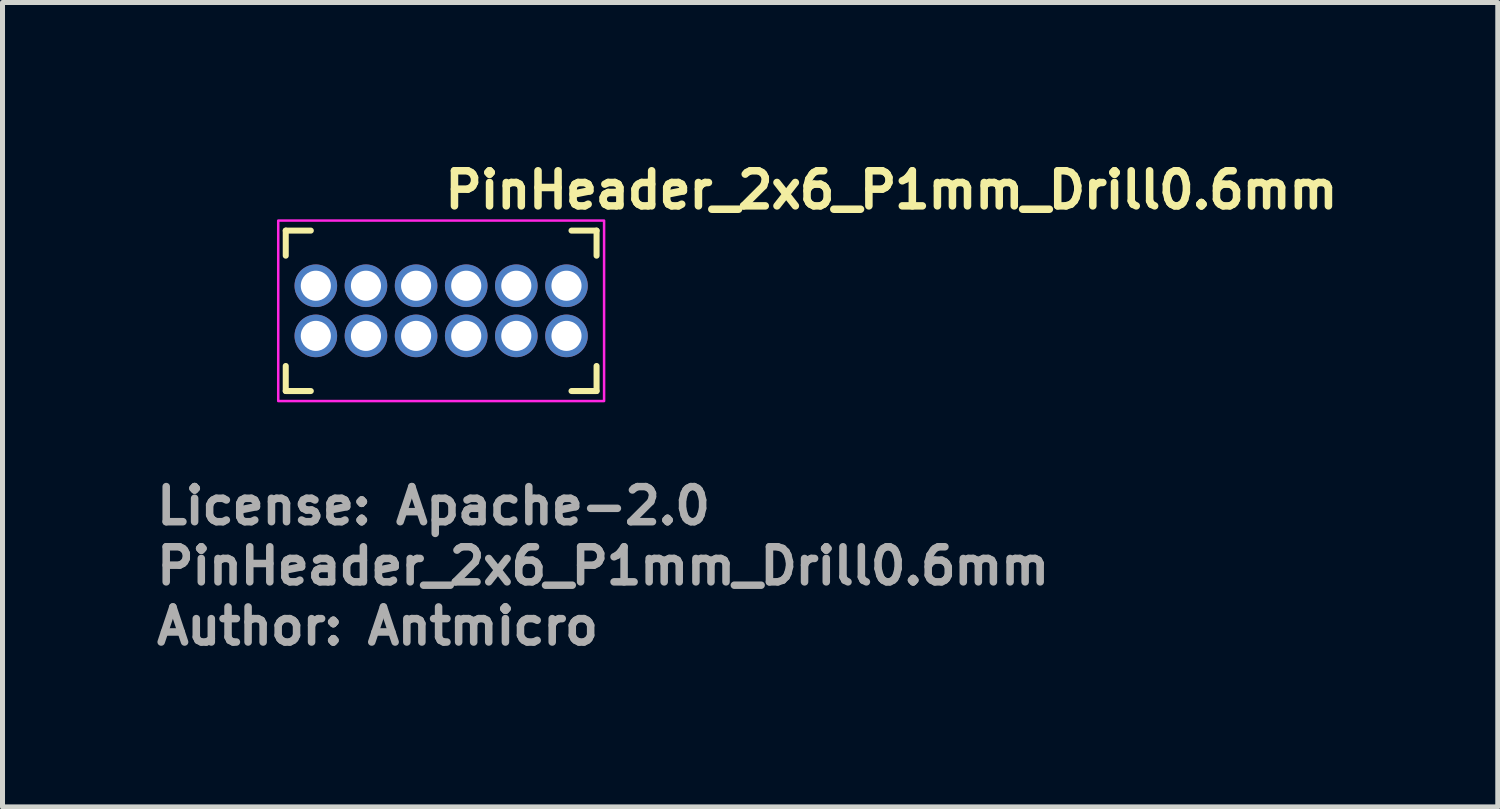
<source format=kicad_pcb>
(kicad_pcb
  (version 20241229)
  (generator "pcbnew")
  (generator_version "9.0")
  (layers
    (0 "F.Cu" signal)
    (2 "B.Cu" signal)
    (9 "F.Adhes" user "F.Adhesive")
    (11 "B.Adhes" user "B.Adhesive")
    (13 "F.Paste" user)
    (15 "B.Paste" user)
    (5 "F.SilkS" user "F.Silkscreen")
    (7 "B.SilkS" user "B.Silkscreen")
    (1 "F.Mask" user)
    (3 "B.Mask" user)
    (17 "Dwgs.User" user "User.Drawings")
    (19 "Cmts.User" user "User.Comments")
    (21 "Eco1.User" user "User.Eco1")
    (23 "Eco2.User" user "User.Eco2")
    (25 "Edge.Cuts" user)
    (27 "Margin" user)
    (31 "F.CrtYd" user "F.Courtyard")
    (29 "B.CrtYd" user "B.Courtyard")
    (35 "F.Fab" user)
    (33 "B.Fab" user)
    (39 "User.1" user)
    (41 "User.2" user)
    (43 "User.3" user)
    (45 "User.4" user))
  (footprint "PinHeader_2x6_P1mm_Drill0.6mm"
    (layer "F.Cu")
    (at 3.25 3.65)
    (property "Reference" "PinHeader_2x6_P1mm_Drill0.6mm" (at 2.5 -2.5 0) (unlocked yes) (layer "F.SilkS") (effects (font (size 0.7 0.7) (thickness 0.15)) (justify left bottom)))
    (attr through_hole)
    (fp_line (start -0.6 -2.1) (end -0.6 -1.6) (stroke (width 0.12) (type solid)) (layer "F.SilkS"))
    (fp_line (start -0.6 0.6) (end -0.6 1.1) (stroke (width 0.12) (type solid)) (layer "F.SilkS"))
    (fp_line (start -0.6 1.1) (end -0.1 1.1) (stroke (width 0.12) (type solid)) (layer "F.SilkS"))
    (fp_line (start -0.1 -2.1) (end -0.6 -2.1) (stroke (width 0.12) (type solid)) (layer "F.SilkS"))
    (fp_line (start 5.1 1.1) (end 5.6 1.1) (stroke (width 0.12) (type solid)) (layer "F.SilkS"))
    (fp_line (start 5.6 -2.1) (end 5.1 -2.1) (stroke (width 0.12) (type solid)) (layer "F.SilkS"))
    (fp_line (start 5.6 -1.6) (end 5.6 -2.1) (stroke (width 0.12) (type solid)) (layer "F.SilkS"))
    (fp_line (start 5.6 1.1) (end 5.6 0.6) (stroke (width 0.12) (type solid)) (layer "F.SilkS"))
    (fp_rect (start -0.75 -2.3) (end 5.75 1.3) (stroke (width 0.05) (type solid)) (fill no) (layer "F.CrtYd"))
    (fp_rect (start -0.5 -2.05) (end 5.5 1.05) (stroke (width 0.1) (type solid)) (fill no) (layer "User.5"))
    (fp_line (start -0.5 0.75) (end -0.5 -1.75) (stroke (width 0.02) (type solid)) (layer "User.9"))
    (fp_line (start -0.5 0.75) (end -0.35 1.05) (stroke (width 0.02) (type solid)) (layer "User.9"))
    (fp_line (start -0.35 -2.05) (end -0.5 -1.75) (stroke (width 0.02) (type solid)) (layer "User.9"))
    (fp_line (start -0.35 -2.05) (end 0.35 -2.05) (stroke (width 0.02) (type solid)) (layer "User.9"))
    (fp_line (start -0.25 -1.25) (end -0.15 -1.15) (stroke (width 0.02) (type solid)) (layer "User.9"))
    (fp_line (start -0.25 -1.25) (end 0.25 -1.25) (stroke (width 0.02) (type solid)) (layer "User.9"))
    (fp_line (start -0.25 -0.75) (end -0.25 -1.25) (stroke (width 0.02) (type solid)) (layer "User.9"))
    (fp_line (start -0.25 -0.25) (end 0.25 -0.25) (stroke (width 0.02) (type solid)) (layer "User.9"))
    (fp_line (start -0.25 0.25) (end -0.25 -0.25) (stroke (width 0.02) (type solid)) (layer "User.9"))
    (fp_line (start -0.25 0.25) (end -0.15 0.15) (stroke (width 0.02) (type solid)) (layer "User.9"))
    (fp_line (start -0.15 -1.15) (end 0.15 -1.15) (stroke (width 0.02) (type solid)) (layer "User.9"))
    (fp_line (start -0.15 -0.849) (end -0.25 -0.75) (stroke (width 0.02) (type solid)) (layer "User.9"))
    (fp_line (start -0.15 -0.849) (end -0.15 -1.15) (stroke (width 0.02) (type solid)) (layer "User.9"))
    (fp_line (start -0.15 -0.151) (end -0.25 -0.25) (stroke (width 0.02) (type solid)) (layer "User.9"))
    (fp_line (start -0.15 -0.151) (end -0.1 -0.1) (stroke (width 0.02) (type solid)) (layer "User.9"))
    (fp_line (start -0.15 -0.151) (end 0.15 -0.151) (stroke (width 0.02) (type solid)) (layer "User.9"))
    (fp_line (start -0.15 0.15) (end -0.15 -0.151) (stroke (width 0.02) (type solid)) (layer "User.9"))
    (fp_line (start -0.15 0.15) (end -0.1 0.1) (stroke (width 0.02) (type solid)) (layer "User.9"))
    (fp_line (start -0.1 -1.1) (end -0.15 -1.15) (stroke (width 0.02) (type solid)) (layer "User.9"))
    (fp_line (start -0.1 -0.9) (end -0.15 -0.849) (stroke (width 0.02) (type solid)) (layer "User.9"))
    (fp_line (start -0.1 -0.9) (end -0.1 -1.1) (stroke (width 0.02) (type solid)) (layer "User.9"))
    (fp_line (start -0.1 -0.1) (end -0.1 0.1) (stroke (width 0.02) (type solid)) (layer "User.9"))
    (fp_line (start -0.1 -0.1) (end 0.1 -0.1) (stroke (width 0.02) (type solid)) (layer "User.9"))
    (fp_line (start -0.1 0.1) (end 0.1 0.1) (stroke (width 0.02) (type solid)) (layer "User.9"))
    (fp_line (start 0.1 -1.1) (end -0.1 -1.1) (stroke (width 0.02) (type solid)) (layer "User.9"))
    (fp_line (start 0.1 -0.9) (end -0.1 -0.9) (stroke (width 0.02) (type solid)) (layer "User.9"))
    (fp_line (start 0.1 -0.9) (end 0.1 -1.1) (stroke (width 0.02) (type solid)) (layer "User.9"))
    (fp_line (start 0.1 -0.1) (end 0.1 0.1) (stroke (width 0.02) (type solid)) (layer "User.9"))
    (fp_line (start 0.1 -0.1) (end 0.15 -0.151) (stroke (width 0.02) (type solid)) (layer "User.9"))
    (fp_line (start 0.1 0.1) (end 0.15 0.15) (stroke (width 0.02) (type solid)) (layer "User.9"))
    (fp_line (start 0.15 -1.15) (end 0.1 -1.1) (stroke (width 0.02) (type solid)) (layer "User.9"))
    (fp_line (start 0.15 -1.15) (end 0.15 -0.849) (stroke (width 0.02) (type solid)) (layer "User.9"))
    (fp_line (start 0.15 -0.849) (end -0.15 -0.849) (stroke (width 0.02) (type solid)) (layer "User.9"))
    (fp_line (start 0.15 -0.849) (end 0.1 -0.9) (stroke (width 0.02) (type solid)) (layer "User.9"))
    (fp_line (start 0.15 -0.151) (end 0.15 0.15) (stroke (width 0.02) (type solid)) (layer "User.9"))
    (fp_line (start 0.15 0.15) (end -0.15 0.15) (stroke (width 0.02) (type solid)) (layer "User.9"))
    (fp_line (start 0.25 -1.25) (end 0.15 -1.15) (stroke (width 0.02) (type solid)) (layer "User.9"))
    (fp_line (start 0.25 -1.25) (end 0.25 -0.75) (stroke (width 0.02) (type solid)) (layer "User.9"))
    (fp_line (start 0.25 -0.75) (end -0.25 -0.75) (stroke (width 0.02) (type solid)) (layer "User.9"))
    (fp_line (start 0.25 -0.75) (end 0.15 -0.849) (stroke (width 0.02) (type solid)) (layer "User.9"))
    (fp_line (start 0.25 -0.25) (end 0.15 -0.151) (stroke (width 0.02) (type solid)) (layer "User.9"))
    (fp_line (start 0.25 -0.25) (end 0.25 0.25) (stroke (width 0.02) (type solid)) (layer "User.9"))
    (fp_line (start 0.25 0.25) (end -0.25 0.25) (stroke (width 0.02) (type solid)) (layer "User.9"))
    (fp_line (start 0.25 0.25) (end 0.15 0.15) (stroke (width 0.02) (type solid)) (layer "User.9"))
    (fp_line (start 0.35 1.05) (end -0.35 1.05) (stroke (width 0.02) (type solid)) (layer "User.9"))
    (fp_line (start 0.35 1.05) (end 0.5 0.75) (stroke (width 0.02) (type solid)) (layer "User.9"))
    (fp_line (start 0.5 -1.75) (end 0.35 -2.05) (stroke (width 0.02) (type solid)) (layer "User.9"))
    (fp_line (start 0.5 0.75) (end 0.65 1.05) (stroke (width 0.02) (type solid)) (layer "User.9"))
    (fp_line (start 0.65 -2.05) (end 0.5 -1.75) (stroke (width 0.02) (type solid)) (layer "User.9"))
    (fp_line (start 0.65 -2.05) (end 1.35 -2.05) (stroke (width 0.02) (type solid)) (layer "User.9"))
    (fp_line (start 0.75 -1.25) (end 0.851 -1.15) (stroke (width 0.02) (type solid)) (layer "User.9"))
    (fp_line (start 0.75 -1.25) (end 1.25 -1.25) (stroke (width 0.02) (type solid)) (layer "User.9"))
    (fp_line (start 0.75 -0.75) (end 0.75 -1.25) (stroke (width 0.02) (type solid)) (layer "User.9"))
    (fp_line (start 0.75 -0.25) (end 1.25 -0.25) (stroke (width 0.02) (type solid)) (layer "User.9"))
    (fp_line (start 0.75 0.25) (end 0.75 -0.25) (stroke (width 0.02) (type solid)) (layer "User.9"))
    (fp_line (start 0.75 0.25) (end 0.851 0.15) (stroke (width 0.02) (type solid)) (layer "User.9"))
    (fp_line (start 0.851 -1.15) (end 0.9 -1.1) (stroke (width 0.02) (type solid)) (layer "User.9"))
    (fp_line (start 0.851 -1.15) (end 1.15 -1.15) (stroke (width 0.02) (type solid)) (layer "User.9"))
    (fp_line (start 0.851 -0.849) (end 0.75 -0.75) (stroke (width 0.02) (type solid)) (layer "User.9"))
    (fp_line (start 0.851 -0.849) (end 0.851 -1.15) (stroke (width 0.02) (type solid)) (layer "User.9"))
    (fp_line (start 0.851 -0.151) (end 0.75 -0.25) (stroke (width 0.02) (type solid)) (layer "User.9"))
    (fp_line (start 0.851 -0.151) (end 1.15 -0.151) (stroke (width 0.02) (type solid)) (layer "User.9"))
    (fp_line (start 0.851 0.15) (end 0.851 -0.151) (stroke (width 0.02) (type solid)) (layer "User.9"))
    (fp_line (start 0.851 0.15) (end 0.9 0.1) (stroke (width 0.02) (type solid)) (layer "User.9"))
    (fp_line (start 0.9 -1.1) (end 0.9 -0.9) (stroke (width 0.02) (type solid)) (layer "User.9"))
    (fp_line (start 0.9 -0.9) (end 0.851 -0.849) (stroke (width 0.02) (type solid)) (layer "User.9"))
    (fp_line (start 0.9 -0.1) (end 0.851 -0.151) (stroke (width 0.02) (type solid)) (layer "User.9"))
    (fp_line (start 0.9 -0.1) (end 1.101 -0.1) (stroke (width 0.02) (type solid)) (layer "User.9"))
    (fp_line (start 0.9 0.1) (end 0.9 -0.1) (stroke (width 0.02) (type solid)) (layer "User.9"))
    (fp_line (start 0.9 0.1) (end 1.101 0.1) (stroke (width 0.02) (type solid)) (layer "User.9"))
    (fp_line (start 1.101 -1.1) (end 0.9 -1.1) (stroke (width 0.02) (type solid)) (layer "User.9"))
    (fp_line (start 1.101 -1.1) (end 1.101 -0.9) (stroke (width 0.02) (type solid)) (layer "User.9"))
    (fp_line (start 1.101 -0.9) (end 0.9 -0.9) (stroke (width 0.02) (type solid)) (layer "User.9"))
    (fp_line (start 1.101 -0.9) (end 1.15 -0.849) (stroke (width 0.02) (type solid)) (layer "User.9"))
    (fp_line (start 1.101 -0.1) (end 1.15 -0.151) (stroke (width 0.02) (type solid)) (layer "User.9"))
    (fp_line (start 1.101 0.1) (end 1.101 -0.1) (stroke (width 0.02) (type solid)) (layer "User.9"))
    (fp_line (start 1.15 -1.15) (end 1.101 -1.1) (stroke (width 0.02) (type solid)) (layer "User.9"))
    (fp_line (start 1.15 -1.15) (end 1.15 -0.849) (stroke (width 0.02) (type solid)) (layer "User.9"))
    (fp_line (start 1.15 -0.849) (end 0.851 -0.849) (stroke (width 0.02) (type solid)) (layer "User.9"))
    (fp_line (start 1.15 -0.151) (end 1.15 0.15) (stroke (width 0.02) (type solid)) (layer "User.9"))
    (fp_line (start 1.15 0.15) (end 0.851 0.15) (stroke (width 0.02) (type solid)) (layer "User.9"))
    (fp_line (start 1.15 0.15) (end 1.101 0.1) (stroke (width 0.02) (type solid)) (layer "User.9"))
    (fp_line (start 1.25 -1.25) (end 1.15 -1.15) (stroke (width 0.02) (type solid)) (layer "User.9"))
    (fp_line (start 1.25 -1.25) (end 1.25 -0.75) (stroke (width 0.02) (type solid)) (layer "User.9"))
    (fp_line (start 1.25 -0.75) (end 0.75 -0.75) (stroke (width 0.02) (type solid)) (layer "User.9"))
    (fp_line (start 1.25 -0.75) (end 1.15 -0.849) (stroke (width 0.02) (type solid)) (layer "User.9"))
    (fp_line (start 1.25 -0.25) (end 1.15 -0.151) (stroke (width 0.02) (type solid)) (layer "User.9"))
    (fp_line (start 1.25 -0.25) (end 1.25 0.25) (stroke (width 0.02) (type solid)) (layer "User.9"))
    (fp_line (start 1.25 0.25) (end 0.75 0.25) (stroke (width 0.02) (type solid)) (layer "User.9"))
    (fp_line (start 1.25 0.25) (end 1.15 0.15) (stroke (width 0.02) (type solid)) (layer "User.9"))
    (fp_line (start 1.35 1.05) (end 0.65 1.05) (stroke (width 0.02) (type solid)) (layer "User.9"))
    (fp_line (start 1.35 1.05) (end 1.5 0.75) (stroke (width 0.02) (type solid)) (layer "User.9"))
    (fp_line (start 1.5 -1.75) (end 1.35 -2.05) (stroke (width 0.02) (type solid)) (layer "User.9"))
    (fp_line (start 1.5 0.75) (end 1.65 1.05) (stroke (width 0.02) (type solid)) (layer "User.9"))
    (fp_line (start 1.65 -2.05) (end 1.5 -1.75) (stroke (width 0.02) (type solid)) (layer "User.9"))
    (fp_line (start 1.65 -2.05) (end 2.35 -2.05) (stroke (width 0.02) (type solid)) (layer "User.9"))
    (fp_line (start 1.75 -1.25) (end 1.85 -1.15) (stroke (width 0.02) (type solid)) (layer "User.9"))
    (fp_line (start 1.75 -1.25) (end 2.25 -1.25) (stroke (width 0.02) (type solid)) (layer "User.9"))
    (fp_line (start 1.75 -0.75) (end 1.75 -1.25) (stroke (width 0.02) (type solid)) (layer "User.9"))
    (fp_line (start 1.75 -0.25) (end 2.25 -0.25) (stroke (width 0.02) (type solid)) (layer "User.9"))
    (fp_line (start 1.75 0.25) (end 1.75 -0.25) (stroke (width 0.02) (type solid)) (layer "User.9"))
    (fp_line (start 1.75 0.25) (end 1.85 0.15) (stroke (width 0.02) (type solid)) (layer "User.9"))
    (fp_line (start 1.85 -1.15) (end 2.151 -1.15) (stroke (width 0.02) (type solid)) (layer "User.9"))
    (fp_line (start 1.85 -0.849) (end 1.75 -0.75) (stroke (width 0.02) (type solid)) (layer "User.9"))
    (fp_line (start 1.85 -0.849) (end 1.85 -1.15) (stroke (width 0.02) (type solid)) (layer "User.9"))
    (fp_line (start 1.85 -0.151) (end 1.75 -0.25) (stroke (width 0.02) (type solid)) (layer "User.9"))
    (fp_line (start 1.85 -0.151) (end 1.9 -0.1) (stroke (width 0.02) (type solid)) (layer "User.9"))
    (fp_line (start 1.85 -0.151) (end 2.151 -0.151) (stroke (width 0.02) (type solid)) (layer "User.9"))
    (fp_line (start 1.85 0.15) (end 1.85 -0.151) (stroke (width 0.02) (type solid)) (layer "User.9"))
    (fp_line (start 1.85 0.15) (end 1.9 0.1) (stroke (width 0.02) (type solid)) (layer "User.9"))
    (fp_line (start 1.9 -1.1) (end 1.85 -1.15) (stroke (width 0.02) (type solid)) (layer "User.9"))
    (fp_line (start 1.9 -0.9) (end 1.85 -0.849) (stroke (width 0.02) (type solid)) (layer "User.9"))
    (fp_line (start 1.9 -0.9) (end 1.9 -1.1) (stroke (width 0.02) (type solid)) (layer "User.9"))
    (fp_line (start 1.9 -0.1) (end 1.9 0.1) (stroke (width 0.02) (type solid)) (layer "User.9"))
    (fp_line (start 1.9 -0.1) (end 2.1 -0.1) (stroke (width 0.02) (type solid)) (layer "User.9"))
    (fp_line (start 1.9 0.1) (end 2.1 0.1) (stroke (width 0.02) (type solid)) (layer "User.9"))
    (fp_line (start 2.1 -1.1) (end 1.9 -1.1) (stroke (width 0.02) (type solid)) (layer "User.9"))
    (fp_line (start 2.1 -0.9) (end 1.9 -0.9) (stroke (width 0.02) (type solid)) (layer "User.9"))
    (fp_line (start 2.1 -0.9) (end 2.1 -1.1) (stroke (width 0.02) (type solid)) (layer "User.9"))
    (fp_line (start 2.1 -0.1) (end 2.1 0.1) (stroke (width 0.02) (type solid)) (layer "User.9"))
    (fp_line (start 2.1 -0.1) (end 2.151 -0.151) (stroke (width 0.02) (type solid)) (layer "User.9"))
    (fp_line (start 2.1 0.1) (end 2.151 0.15) (stroke (width 0.02) (type solid)) (layer "User.9"))
    (fp_line (start 2.151 -1.15) (end 2.1 -1.1) (stroke (width 0.02) (type solid)) (layer "User.9"))
    (fp_line (start 2.151 -1.15) (end 2.151 -0.849) (stroke (width 0.02) (type solid)) (layer "User.9"))
    (fp_line (start 2.151 -0.849) (end 1.85 -0.849) (stroke (width 0.02) (type solid)) (layer "User.9"))
    (fp_line (start 2.151 -0.849) (end 2.1 -0.9) (stroke (width 0.02) (type solid)) (layer "User.9"))
    (fp_line (start 2.151 -0.151) (end 2.151 0.15) (stroke (width 0.02) (type solid)) (layer "User.9"))
    (fp_line (start 2.151 0.15) (end 1.85 0.15) (stroke (width 0.02) (type solid)) (layer "User.9"))
    (fp_line (start 2.25 -1.25) (end 2.151 -1.15) (stroke (width 0.02) (type solid)) (layer "User.9"))
    (fp_line (start 2.25 -1.25) (end 2.25 -0.75) (stroke (width 0.02) (type solid)) (layer "User.9"))
    (fp_line (start 2.25 -0.75) (end 1.75 -0.75) (stroke (width 0.02) (type solid)) (layer "User.9"))
    (fp_line (start 2.25 -0.75) (end 2.151 -0.849) (stroke (width 0.02) (type solid)) (layer "User.9"))
    (fp_line (start 2.25 -0.25) (end 2.151 -0.151) (stroke (width 0.02) (type solid)) (layer "User.9"))
    (fp_line (start 2.25 -0.25) (end 2.25 0.25) (stroke (width 0.02) (type solid)) (layer "User.9"))
    (fp_line (start 2.25 0.25) (end 1.75 0.25) (stroke (width 0.02) (type solid)) (layer "User.9"))
    (fp_line (start 2.25 0.25) (end 2.151 0.15) (stroke (width 0.02) (type solid)) (layer "User.9"))
    (fp_line (start 2.35 1.05) (end 1.65 1.05) (stroke (width 0.02) (type solid)) (layer "User.9"))
    (fp_line (start 2.35 1.05) (end 2.5 0.75) (stroke (width 0.02) (type solid)) (layer "User.9"))
    (fp_line (start 2.5 -1.75) (end 2.35 -2.05) (stroke (width 0.02) (type solid)) (layer "User.9"))
    (fp_line (start 2.5 0.75) (end 2.65 1.05) (stroke (width 0.02) (type solid)) (layer "User.9"))
    (fp_line (start 2.65 -2.05) (end 2.5 -1.75) (stroke (width 0.02) (type solid)) (layer "User.9"))
    (fp_line (start 2.65 -2.05) (end 3.35 -2.05) (stroke (width 0.02) (type solid)) (layer "User.9"))
    (fp_line (start 2.75 -1.25) (end 2.849 -1.15) (stroke (width 0.02) (type solid)) (layer "User.9"))
    (fp_line (start 2.75 -1.25) (end 3.25 -1.25) (stroke (width 0.02) (type solid)) (layer "User.9"))
    (fp_line (start 2.75 -0.75) (end 2.75 -1.25) (stroke (width 0.02) (type solid)) (layer "User.9"))
    (fp_line (start 2.75 -0.25) (end 3.25 -0.25) (stroke (width 0.02) (type solid)) (layer "User.9"))
    (fp_line (start 2.75 0.25) (end 2.75 -0.25) (stroke (width 0.02) (type solid)) (layer "User.9"))
    (fp_line (start 2.75 0.25) (end 2.849 0.15) (stroke (width 0.02) (type solid)) (layer "User.9"))
    (fp_line (start 2.849 -1.15) (end 2.9 -1.1) (stroke (width 0.02) (type solid)) (layer "User.9"))
    (fp_line (start 2.849 -1.15) (end 3.15 -1.15) (stroke (width 0.02) (type solid)) (layer "User.9"))
    (fp_line (start 2.849 -0.849) (end 2.75 -0.75) (stroke (width 0.02) (type solid)) (layer "User.9"))
    (fp_line (start 2.849 -0.849) (end 2.849 -1.15) (stroke (width 0.02) (type solid)) (layer "User.9"))
    (fp_line (start 2.849 -0.151) (end 2.75 -0.25) (stroke (width 0.02) (type solid)) (layer "User.9"))
    (fp_line (start 2.849 -0.151) (end 3.15 -0.151) (stroke (width 0.02) (type solid)) (layer "User.9"))
    (fp_line (start 2.849 0.15) (end 2.849 -0.151) (stroke (width 0.02) (type solid)) (layer "User.9"))
    (fp_line (start 2.849 0.15) (end 2.9 0.1) (stroke (width 0.02) (type solid)) (layer "User.9"))
    (fp_line (start 2.9 -1.1) (end 2.9 -0.9) (stroke (width 0.02) (type solid)) (layer "User.9"))
    (fp_line (start 2.9 -0.9) (end 2.849 -0.849) (stroke (width 0.02) (type solid)) (layer "User.9"))
    (fp_line (start 2.9 -0.1) (end 2.849 -0.151) (stroke (width 0.02) (type solid)) (layer "User.9"))
    (fp_line (start 2.9 -0.1) (end 3.1 -0.1) (stroke (width 0.02) (type solid)) (layer "User.9"))
    (fp_line (start 2.9 0.1) (end 2.9 -0.1) (stroke (width 0.02) (type solid)) (layer "User.9"))
    (fp_line (start 2.9 0.1) (end 3.1 0.1) (stroke (width 0.02) (type solid)) (layer "User.9"))
    (fp_line (start 3.1 -1.1) (end 2.9 -1.1) (stroke (width 0.02) (type solid)) (layer "User.9"))
    (fp_line (start 3.1 -1.1) (end 3.1 -0.9) (stroke (width 0.02) (type solid)) (layer "User.9"))
    (fp_line (start 3.1 -0.9) (end 2.9 -0.9) (stroke (width 0.02) (type solid)) (layer "User.9"))
    (fp_line (start 3.1 -0.9) (end 3.15 -0.849) (stroke (width 0.02) (type solid)) (layer "User.9"))
    (fp_line (start 3.1 -0.1) (end 3.15 -0.151) (stroke (width 0.02) (type solid)) (layer "User.9"))
    (fp_line (start 3.1 0.1) (end 3.1 -0.1) (stroke (width 0.02) (type solid)) (layer "User.9"))
    (fp_line (start 3.15 -1.15) (end 3.1 -1.1) (stroke (width 0.02) (type solid)) (layer "User.9"))
    (fp_line (start 3.15 -1.15) (end 3.15 -0.849) (stroke (width 0.02) (type solid)) (layer "User.9"))
    (fp_line (start 3.15 -0.849) (end 2.849 -0.849) (stroke (width 0.02) (type solid)) (layer "User.9"))
    (fp_line (start 3.15 -0.151) (end 3.15 0.15) (stroke (width 0.02) (type solid)) (layer "User.9"))
    (fp_line (start 3.15 0.15) (end 2.849 0.15) (stroke (width 0.02) (type solid)) (layer "User.9"))
    (fp_line (start 3.15 0.15) (end 3.1 0.1) (stroke (width 0.02) (type solid)) (layer "User.9"))
    (fp_line (start 3.25 -1.25) (end 3.15 -1.15) (stroke (width 0.02) (type solid)) (layer "User.9"))
    (fp_line (start 3.25 -1.25) (end 3.25 -0.75) (stroke (width 0.02) (type solid)) (layer "User.9"))
    (fp_line (start 3.25 -0.75) (end 2.75 -0.75) (stroke (width 0.02) (type solid)) (layer "User.9"))
    (fp_line (start 3.25 -0.75) (end 3.15 -0.849) (stroke (width 0.02) (type solid)) (layer "User.9"))
    (fp_line (start 3.25 -0.25) (end 3.15 -0.151) (stroke (width 0.02) (type solid)) (layer "User.9"))
    (fp_line (start 3.25 -0.25) (end 3.25 0.25) (stroke (width 0.02) (type solid)) (layer "User.9"))
    (fp_line (start 3.25 0.25) (end 2.75 0.25) (stroke (width 0.02) (type solid)) (layer "User.9"))
    (fp_line (start 3.25 0.25) (end 3.15 0.15) (stroke (width 0.02) (type solid)) (layer "User.9"))
    (fp_line (start 3.35 1.05) (end 2.65 1.05) (stroke (width 0.02) (type solid)) (layer "User.9"))
    (fp_line (start 3.35 1.05) (end 3.5 0.75) (stroke (width 0.02) (type solid)) (layer "User.9"))
    (fp_line (start 3.5 -1.75) (end 3.35 -2.05) (stroke (width 0.02) (type solid)) (layer "User.9"))
    (fp_line (start 3.5 0.75) (end 3.65 1.05) (stroke (width 0.02) (type solid)) (layer "User.9"))
    (fp_line (start 3.65 -2.05) (end 3.5 -1.75) (stroke (width 0.02) (type solid)) (layer "User.9"))
    (fp_line (start 3.65 -2.05) (end 4.35 -2.05) (stroke (width 0.02) (type solid)) (layer "User.9"))
    (fp_line (start 3.75 -1.25) (end 3.85 -1.15) (stroke (width 0.02) (type solid)) (layer "User.9"))
    (fp_line (start 3.75 -1.25) (end 4.25 -1.25) (stroke (width 0.02) (type solid)) (layer "User.9"))
    (fp_line (start 3.75 -0.75) (end 3.75 -1.25) (stroke (width 0.02) (type solid)) (layer "User.9"))
    (fp_line (start 3.75 -0.25) (end 4.25 -0.25) (stroke (width 0.02) (type solid)) (layer "User.9"))
    (fp_line (start 3.75 0.25) (end 3.75 -0.25) (stroke (width 0.02) (type solid)) (layer "User.9"))
    (fp_line (start 3.75 0.25) (end 3.85 0.15) (stroke (width 0.02) (type solid)) (layer "User.9"))
    (fp_line (start 3.85 -1.15) (end 4.149 -1.15) (stroke (width 0.02) (type solid)) (layer "User.9"))
    (fp_line (start 3.85 -0.849) (end 3.75 -0.75) (stroke (width 0.02) (type solid)) (layer "User.9"))
    (fp_line (start 3.85 -0.849) (end 3.85 -1.15) (stroke (width 0.02) (type solid)) (layer "User.9"))
    (fp_line (start 3.85 -0.151) (end 3.75 -0.25) (stroke (width 0.02) (type solid)) (layer "User.9"))
    (fp_line (start 3.85 -0.151) (end 3.899 -0.1) (stroke (width 0.02) (type solid)) (layer "User.9"))
    (fp_line (start 3.85 -0.151) (end 4.149 -0.151) (stroke (width 0.02) (type solid)) (layer "User.9"))
    (fp_line (start 3.85 0.15) (end 3.85 -0.151) (stroke (width 0.02) (type solid)) (layer "User.9"))
    (fp_line (start 3.85 0.15) (end 3.899 0.1) (stroke (width 0.02) (type solid)) (layer "User.9"))
    (fp_line (start 3.899 -1.1) (end 3.85 -1.15) (stroke (width 0.02) (type solid)) (layer "User.9"))
    (fp_line (start 3.899 -0.9) (end 3.85 -0.849) (stroke (width 0.02) (type solid)) (layer "User.9"))
    (fp_line (start 3.899 -0.9) (end 3.899 -1.1) (stroke (width 0.02) (type solid)) (layer "User.9"))
    (fp_line (start 3.899 -0.1) (end 3.899 0.1) (stroke (width 0.02) (type solid)) (layer "User.9"))
    (fp_line (start 3.899 -0.1) (end 4.1 -0.1) (stroke (width 0.02) (type solid)) (layer "User.9"))
    (fp_line (start 3.899 0.1) (end 4.1 0.1) (stroke (width 0.02) (type solid)) (layer "User.9"))
    (fp_line (start 4.1 -1.1) (end 3.899 -1.1) (stroke (width 0.02) (type solid)) (layer "User.9"))
    (fp_line (start 4.1 -0.9) (end 3.899 -0.9) (stroke (width 0.02) (type solid)) (layer "User.9"))
    (fp_line (start 4.1 -0.9) (end 4.1 -1.1) (stroke (width 0.02) (type solid)) (layer "User.9"))
    (fp_line (start 4.1 -0.1) (end 4.1 0.1) (stroke (width 0.02) (type solid)) (layer "User.9"))
    (fp_line (start 4.1 -0.1) (end 4.149 -0.151) (stroke (width 0.02) (type solid)) (layer "User.9"))
    (fp_line (start 4.1 0.1) (end 4.149 0.15) (stroke (width 0.02) (type solid)) (layer "User.9"))
    (fp_line (start 4.149 -1.15) (end 4.1 -1.1) (stroke (width 0.02) (type solid)) (layer "User.9"))
    (fp_line (start 4.149 -1.15) (end 4.149 -0.849) (stroke (width 0.02) (type solid)) (layer "User.9"))
    (fp_line (start 4.149 -0.849) (end 3.85 -0.849) (stroke (width 0.02) (type solid)) (layer "User.9"))
    (fp_line (start 4.149 -0.849) (end 4.1 -0.9) (stroke (width 0.02) (type solid)) (layer "User.9"))
    (fp_line (start 4.149 -0.151) (end 4.149 0.15) (stroke (width 0.02) (type solid)) (layer "User.9"))
    (fp_line (start 4.149 0.15) (end 3.85 0.15) (stroke (width 0.02) (type solid)) (layer "User.9"))
    (fp_line (start 4.25 -1.25) (end 4.149 -1.15) (stroke (width 0.02) (type solid)) (layer "User.9"))
    (fp_line (start 4.25 -1.25) (end 4.25 -0.75) (stroke (width 0.02) (type solid)) (layer "User.9"))
    (fp_line (start 4.25 -0.75) (end 3.75 -0.75) (stroke (width 0.02) (type solid)) (layer "User.9"))
    (fp_line (start 4.25 -0.75) (end 4.149 -0.849) (stroke (width 0.02) (type solid)) (layer "User.9"))
    (fp_line (start 4.25 -0.25) (end 4.149 -0.151) (stroke (width 0.02) (type solid)) (layer "User.9"))
    (fp_line (start 4.25 -0.25) (end 4.25 0.25) (stroke (width 0.02) (type solid)) (layer "User.9"))
    (fp_line (start 4.25 0.25) (end 3.75 0.25) (stroke (width 0.02) (type solid)) (layer "User.9"))
    (fp_line (start 4.25 0.25) (end 4.149 0.15) (stroke (width 0.02) (type solid)) (layer "User.9"))
    (fp_line (start 4.35 1.05) (end 3.65 1.05) (stroke (width 0.02) (type solid)) (layer "User.9"))
    (fp_line (start 4.35 1.05) (end 4.5 0.75) (stroke (width 0.02) (type solid)) (layer "User.9"))
    (fp_line (start 4.5 -1.75) (end 4.35 -2.05) (stroke (width 0.02) (type solid)) (layer "User.9"))
    (fp_line (start 4.5 0.75) (end 4.65 1.05) (stroke (width 0.02) (type solid)) (layer "User.9"))
    (fp_line (start 4.65 -2.05) (end 4.5 -1.75) (stroke (width 0.02) (type solid)) (layer "User.9"))
    (fp_line (start 4.65 -2.05) (end 5.35 -2.05) (stroke (width 0.02) (type solid)) (layer "User.9"))
    (fp_line (start 4.75 -1.25) (end 4.85 -1.15) (stroke (width 0.02) (type solid)) (layer "User.9"))
    (fp_line (start 4.75 -1.25) (end 5.25 -1.25) (stroke (width 0.02) (type solid)) (layer "User.9"))
    (fp_line (start 4.75 -0.75) (end 4.75 -1.25) (stroke (width 0.02) (type solid)) (layer "User.9"))
    (fp_line (start 4.75 -0.25) (end 5.25 -0.25) (stroke (width 0.02) (type solid)) (layer "User.9"))
    (fp_line (start 4.75 0.25) (end 4.75 -0.25) (stroke (width 0.02) (type solid)) (layer "User.9"))
    (fp_line (start 4.75 0.25) (end 4.85 0.15) (stroke (width 0.02) (type solid)) (layer "User.9"))
    (fp_line (start 4.85 -1.15) (end 5.15 -1.15) (stroke (width 0.02) (type solid)) (layer "User.9"))
    (fp_line (start 4.85 -0.849) (end 4.75 -0.75) (stroke (width 0.02) (type solid)) (layer "User.9"))
    (fp_line (start 4.85 -0.849) (end 4.85 -1.15) (stroke (width 0.02) (type solid)) (layer "User.9"))
    (fp_line (start 4.85 -0.151) (end 4.75 -0.25) (stroke (width 0.02) (type solid)) (layer "User.9"))
    (fp_line (start 4.85 -0.151) (end 4.9 -0.1) (stroke (width 0.02) (type solid)) (layer "User.9"))
    (fp_line (start 4.85 -0.151) (end 5.15 -0.151) (stroke (width 0.02) (type solid)) (layer "User.9"))
    (fp_line (start 4.85 0.15) (end 4.85 -0.151) (stroke (width 0.02) (type solid)) (layer "User.9"))
    (fp_line (start 4.85 0.15) (end 4.9 0.1) (stroke (width 0.02) (type solid)) (layer "User.9"))
    (fp_line (start 4.9 -1.1) (end 4.85 -1.15) (stroke (width 0.02) (type solid)) (layer "User.9"))
    (fp_line (start 4.9 -0.9) (end 4.85 -0.849) (stroke (width 0.02) (type solid)) (layer "User.9"))
    (fp_line (start 4.9 -0.9) (end 4.9 -1.1) (stroke (width 0.02) (type solid)) (layer "User.9"))
    (fp_line (start 4.9 -0.1) (end 4.9 0.1) (stroke (width 0.02) (type solid)) (layer "User.9"))
    (fp_line (start 4.9 -0.1) (end 5.1 -0.1) (stroke (width 0.02) (type solid)) (layer "User.9"))
    (fp_line (start 4.9 0.1) (end 5.1 0.1) (stroke (width 0.02) (type solid)) (layer "User.9"))
    (fp_line (start 5.1 -1.1) (end 4.9 -1.1) (stroke (width 0.02) (type solid)) (layer "User.9"))
    (fp_line (start 5.1 -0.9) (end 4.9 -0.9) (stroke (width 0.02) (type solid)) (layer "User.9"))
    (fp_line (start 5.1 -0.9) (end 5.1 -1.1) (stroke (width 0.02) (type solid)) (layer "User.9"))
    (fp_line (start 5.1 -0.1) (end 5.1 0.1) (stroke (width 0.02) (type solid)) (layer "User.9"))
    (fp_line (start 5.1 -0.1) (end 5.15 -0.151) (stroke (width 0.02) (type solid)) (layer "User.9"))
    (fp_line (start 5.1 0.1) (end 5.15 0.15) (stroke (width 0.02) (type solid)) (layer "User.9"))
    (fp_line (start 5.15 -1.15) (end 5.1 -1.1) (stroke (width 0.02) (type solid)) (layer "User.9"))
    (fp_line (start 5.15 -1.15) (end 5.15 -0.849) (stroke (width 0.02) (type solid)) (layer "User.9"))
    (fp_line (start 5.15 -0.849) (end 4.85 -0.849) (stroke (width 0.02) (type solid)) (layer "User.9"))
    (fp_line (start 5.15 -0.849) (end 5.1 -0.9) (stroke (width 0.02) (type solid)) (layer "User.9"))
    (fp_line (start 5.15 -0.151) (end 5.15 0.15) (stroke (width 0.02) (type solid)) (layer "User.9"))
    (fp_line (start 5.15 0.15) (end 4.85 0.15) (stroke (width 0.02) (type solid)) (layer "User.9"))
    (fp_line (start 5.25 -1.25) (end 5.15 -1.15) (stroke (width 0.02) (type solid)) (layer "User.9"))
    (fp_line (start 5.25 -1.25) (end 5.25 -0.75) (stroke (width 0.02) (type solid)) (layer "User.9"))
    (fp_line (start 5.25 -0.75) (end 4.75 -0.75) (stroke (width 0.02) (type solid)) (layer "User.9"))
    (fp_line (start 5.25 -0.75) (end 5.15 -0.849) (stroke (width 0.02) (type solid)) (layer "User.9"))
    (fp_line (start 5.25 -0.25) (end 5.15 -0.151) (stroke (width 0.02) (type solid)) (layer "User.9"))
    (fp_line (start 5.25 -0.25) (end 5.25 0.25) (stroke (width 0.02) (type solid)) (layer "User.9"))
    (fp_line (start 5.25 0.25) (end 4.75 0.25) (stroke (width 0.02) (type solid)) (layer "User.9"))
    (fp_line (start 5.25 0.25) (end 5.15 0.15) (stroke (width 0.02) (type solid)) (layer "User.9"))
    (fp_line (start 5.35 1.05) (end 4.65 1.05) (stroke (width 0.02) (type solid)) (layer "User.9"))
    (fp_line (start 5.35 1.05) (end 5.5 0.75) (stroke (width 0.02) (type solid)) (layer "User.9"))
    (fp_line (start 5.5 -1.75) (end 5.35 -2.05) (stroke (width 0.02) (type solid)) (layer "User.9"))
    (fp_line (start 5.5 -1.75) (end 5.5 0.75) (stroke (width 0.02) (type solid)) (layer "User.9"))
    (fp_text user "${REFERENCE}" (at -3.25 5 0) (unlocked yes) (layer "F.Fab") (effects (font (size 0.7 0.7) (thickness 0.15)) (justify left bottom)))
    (fp_text user "Author: Antmicro" (at -3.25 6.2 0) (layer "F.Fab") (effects (font (size 0.7 0.7) (thickness 0.15)) (justify left bottom)))
    (fp_text user "License: Apache-2.0" (at -3.25 3.8 0) (layer "F.Fab") (effects (font (size 0.7 0.7) (thickness 0.15)) (justify left bottom)))
    (pad "1" thru_hole circle (at 0 0) (size 0.85 0.85) (drill 0.6) (layers "*.Cu" "*.Mask"))
    (pad "2" thru_hole circle (at 0 -1) (size 0.85 0.85) (drill 0.6) (layers "*.Cu" "*.Mask"))
    (pad "3" thru_hole circle (at 1 0) (size 0.85 0.85) (drill 0.6) (layers "*.Cu" "*.Mask"))
    (pad "4" thru_hole circle (at 1 -1) (size 0.85 0.85) (drill 0.6) (layers "*.Cu" "*.Mask"))
    (pad "5" thru_hole circle (at 2 0) (size 0.85 0.85) (drill 0.6) (layers "*.Cu" "*.Mask"))
    (pad "6" thru_hole circle (at 2 -1) (size 0.85 0.85) (drill 0.6) (layers "*.Cu" "*.Mask"))
    (pad "7" thru_hole circle (at 3 0) (size 0.85 0.85) (drill 0.6) (layers "*.Cu" "*.Mask"))
    (pad "8" thru_hole circle (at 3 -1) (size 0.85 0.85) (drill 0.6) (layers "*.Cu" "*.Mask"))
    (pad "9" thru_hole circle (at 3.999 0) (size 0.85 0.85) (drill 0.6) (layers "*.Cu" "*.Mask"))
    (pad "10" thru_hole circle (at 3.999 -1) (size 0.85 0.85) (drill 0.6) (layers "*.Cu" "*.Mask"))
    (pad "11" thru_hole circle (at 5 0) (size 0.85 0.85) (drill 0.6) (layers "*.Cu" "*.Mask"))
    (pad "12" thru_hole circle (at 5 -1) (size 0.85 0.85) (drill 0.6) (layers "*.Cu" "*.Mask")))
  (gr_rect
    (start -3 -3)
    (end 26.827 13.046)
    (stroke (width 0.1) (type default))
    (fill no)
    (layer "Edge.Cuts")))
</source>
